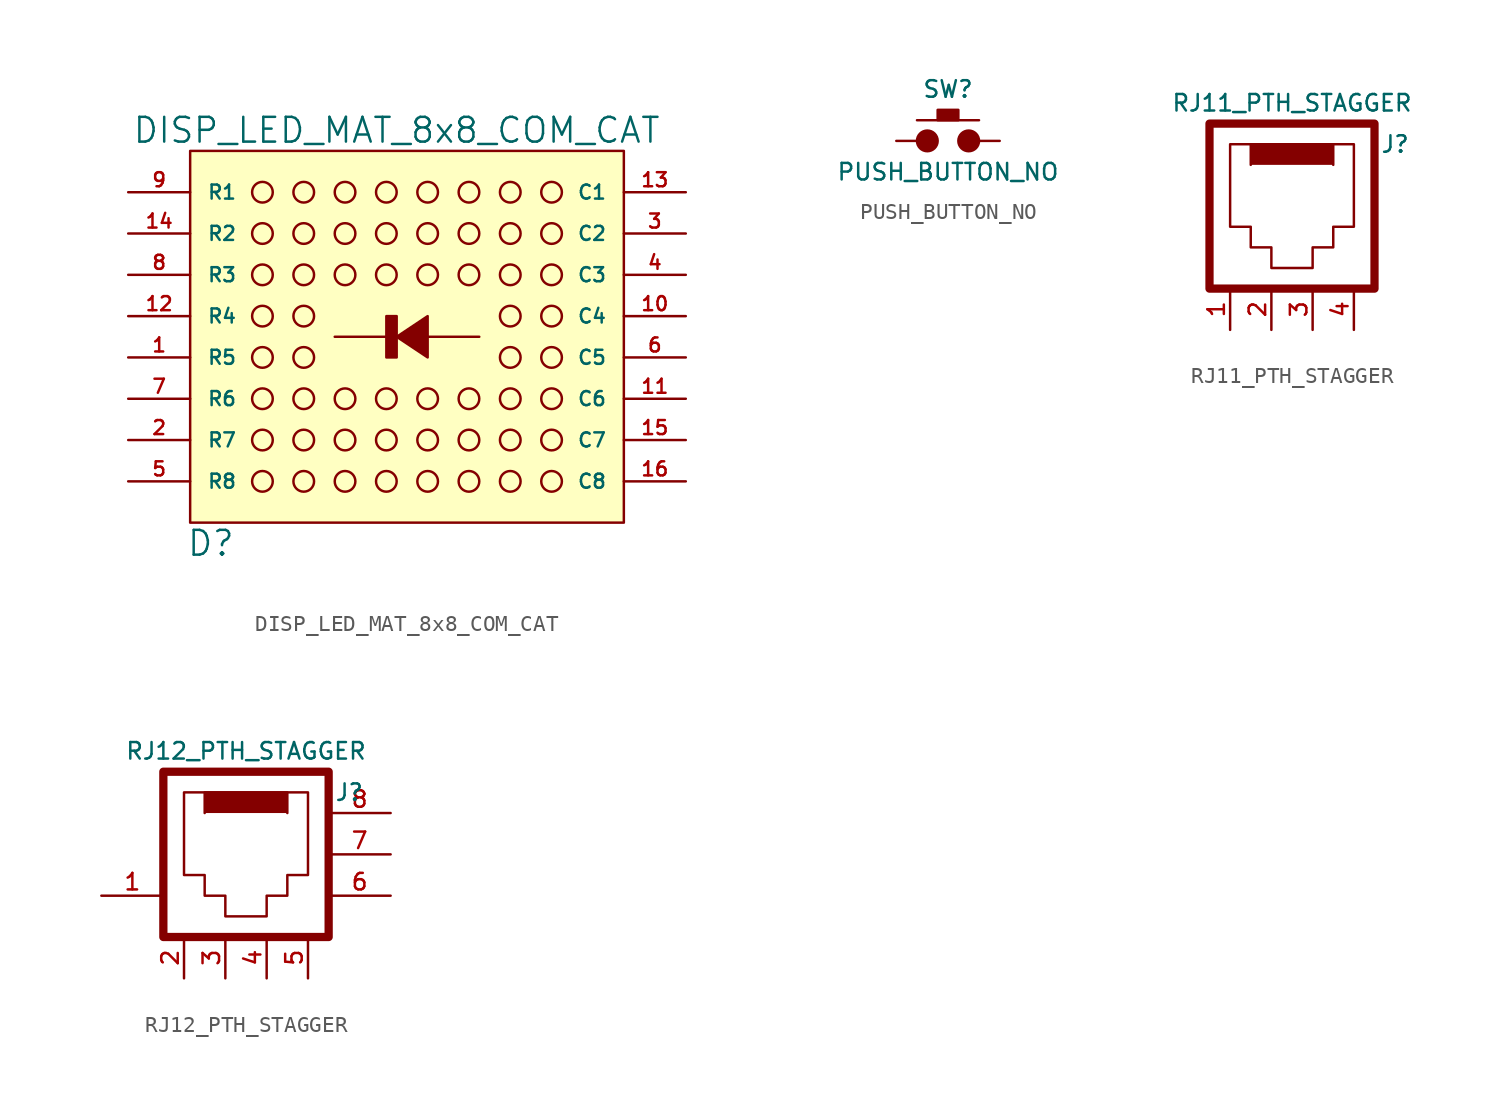
<source format=kicad_sym>
(kicad_symbol_lib
  (version 20231120)
  (generator "kicad_symbol_editor")
  (generator_version "8.0")
  (symbol "DISP_LED_MAT_8x8_COM_CAT"
    (pin_names
      (offset 1.016))
    (property "Reference" "D"
      (at 5.08 -1.27 0)
      (effects (font (size 1.524 1.524))))
    (property "Value" "DISP_LED_MAT_8x8_COM_CAT"
      (at 16.51 24.13 0)
      (effects (font (size 1.524 1.524))))
    (property "Footprint" ""
      (at 2.54 -1.27 0)
      (effects (font (size 1.524 1.524))))
    (property "Datasheet" ""
      (at 2.54 -1.27 0)
      (effects (font (size 1.524 1.524))))
    (symbol "DISP_LED_MAT_8x8_COM_CAT_0_1"
      (polyline (pts (xy 21.59 11.43) (xy 12.7 11.43)) (stroke (width 0) (type solid)) (fill (type none)))
      (polyline (pts (xy 16.51 11.43) (xy 18.415 12.7) (xy 18.415 10.16) (xy 16.51 11.43)) (stroke (width 0) (type solid)) (fill (type outline)))
      (polyline (pts (xy 15.875 12.7) (xy 15.875 10.16) (xy 16.51 10.16) (xy 16.51 12.7) (xy 15.875 12.7)) (stroke (width 0) (type solid)) (fill (type outline)))
      (rectangle (start 3.81 0) (end 30.48 22.86) (stroke (width 0) (type solid)) (fill (type background)))
      (circle (center 8.255 2.54) (radius 0.635) (stroke (width 0) (type solid)) (fill (type none)))
      (circle (center 8.255 5.08) (radius 0.635) (stroke (width 0) (type solid)) (fill (type none)))
      (circle (center 8.255 7.62) (radius 0.635) (stroke (width 0) (type solid)) (fill (type none)))
      (circle (center 8.255 10.16) (radius 0.635) (stroke (width 0) (type solid)) (fill (type none)))
      (circle (center 8.255 12.7) (radius 0.635) (stroke (width 0) (type solid)) (fill (type none)))
      (circle (center 8.255 15.24) (radius 0.635) (stroke (width 0) (type solid)) (fill (type none)))
      (circle (center 8.255 17.78) (radius 0.635) (stroke (width 0) (type solid)) (fill (type none)))
      (circle (center 8.255 20.32) (radius 0.635) (stroke (width 0) (type solid)) (fill (type none)))
      (circle (center 10.795 2.54) (radius 0.635) (stroke (width 0) (type solid)) (fill (type none)))
      (circle (center 10.795 5.08) (radius 0.635) (stroke (width 0) (type solid)) (fill (type none)))
      (circle (center 10.795 7.62) (radius 0.635) (stroke (width 0) (type solid)) (fill (type none)))
      (circle (center 10.795 10.16) (radius 0.635) (stroke (width 0) (type solid)) (fill (type none)))
      (circle (center 10.795 12.7) (radius 0.635) (stroke (width 0) (type solid)) (fill (type none)))
      (circle (center 10.795 15.24) (radius 0.635) (stroke (width 0) (type solid)) (fill (type none)))
      (circle (center 10.795 17.78) (radius 0.635) (stroke (width 0) (type solid)) (fill (type none)))
      (circle (center 10.795 20.32) (radius 0.635) (stroke (width 0) (type solid)) (fill (type none)))
      (circle (center 13.335 2.54) (radius 0.635) (stroke (width 0) (type solid)) (fill (type none)))
      (circle (center 13.335 5.08) (radius 0.635) (stroke (width 0) (type solid)) (fill (type none)))
      (circle (center 13.335 7.62) (radius 0.635) (stroke (width 0) (type solid)) (fill (type none)))
      (circle (center 13.335 15.24) (radius 0.635) (stroke (width 0) (type solid)) (fill (type none)))
      (circle (center 13.335 17.78) (radius 0.635) (stroke (width 0) (type solid)) (fill (type none)))
      (circle (center 13.335 20.32) (radius 0.635) (stroke (width 0) (type solid)) (fill (type none)))
      (circle (center 15.875 2.54) (radius 0.635) (stroke (width 0) (type solid)) (fill (type none)))
      (circle (center 15.875 5.08) (radius 0.635) (stroke (width 0) (type solid)) (fill (type none)))
      (circle (center 15.875 7.62) (radius 0.635) (stroke (width 0) (type solid)) (fill (type none)))
      (circle (center 15.875 15.24) (radius 0.635) (stroke (width 0) (type solid)) (fill (type none)))
      (circle (center 15.875 17.78) (radius 0.635) (stroke (width 0) (type solid)) (fill (type none)))
      (circle (center 15.875 20.32) (radius 0.635) (stroke (width 0) (type solid)) (fill (type none)))
      (circle (center 18.415 2.54) (radius 0.635) (stroke (width 0) (type solid)) (fill (type none)))
      (circle (center 18.415 5.08) (radius 0.635) (stroke (width 0) (type solid)) (fill (type none)))
      (circle (center 18.415 7.62) (radius 0.635) (stroke (width 0) (type solid)) (fill (type none)))
      (circle (center 18.415 15.24) (radius 0.635) (stroke (width 0) (type solid)) (fill (type none)))
      (circle (center 18.415 17.78) (radius 0.635) (stroke (width 0) (type solid)) (fill (type none)))
      (circle (center 18.415 20.32) (radius 0.635) (stroke (width 0) (type solid)) (fill (type none)))
      (circle (center 20.955 2.54) (radius 0.635) (stroke (width 0) (type solid)) (fill (type none)))
      (circle (center 20.955 5.08) (radius 0.635) (stroke (width 0) (type solid)) (fill (type none)))
      (circle (center 20.955 7.62) (radius 0.635) (stroke (width 0) (type solid)) (fill (type none)))
      (circle (center 20.955 15.24) (radius 0.635) (stroke (width 0) (type solid)) (fill (type none)))
      (circle (center 20.955 17.78) (radius 0.635) (stroke (width 0) (type solid)) (fill (type none)))
      (circle (center 20.955 20.32) (radius 0.635) (stroke (width 0) (type solid)) (fill (type none)))
      (circle (center 23.495 2.54) (radius 0.635) (stroke (width 0) (type solid)) (fill (type none)))
      (circle (center 23.495 5.08) (radius 0.635) (stroke (width 0) (type solid)) (fill (type none)))
      (circle (center 23.495 7.62) (radius 0.635) (stroke (width 0) (type solid)) (fill (type none)))
      (circle (center 23.495 10.16) (radius 0.635) (stroke (width 0) (type solid)) (fill (type none)))
      (circle (center 23.495 12.7) (radius 0.635) (stroke (width 0) (type solid)) (fill (type none)))
      (circle (center 23.495 15.24) (radius 0.635) (stroke (width 0) (type solid)) (fill (type none)))
      (circle (center 23.495 17.78) (radius 0.635) (stroke (width 0) (type solid)) (fill (type none)))
      (circle (center 23.495 20.32) (radius 0.635) (stroke (width 0) (type solid)) (fill (type none)))
      (circle (center 26.035 2.54) (radius 0.635) (stroke (width 0) (type solid)) (fill (type none)))
      (circle (center 26.035 5.08) (radius 0.635) (stroke (width 0) (type solid)) (fill (type none)))
      (circle (center 26.035 7.62) (radius 0.635) (stroke (width 0) (type solid)) (fill (type none)))
      (circle (center 26.035 10.16) (radius 0.635) (stroke (width 0) (type solid)) (fill (type none)))
      (circle (center 26.035 12.7) (radius 0.635) (stroke (width 0) (type solid)) (fill (type none)))
      (circle (center 26.035 15.24) (radius 0.635) (stroke (width 0) (type solid)) (fill (type none)))
      (circle (center 26.035 17.78) (radius 0.635) (stroke (width 0) (type solid)) (fill (type none)))
      (circle (center 26.035 20.32) (radius 0.635) (stroke (width 0) (type solid)) (fill (type none)))
      (pin output line (at 0 20.32 0) (length 3.81) (name "R1" (effects (font (size 0.864 0.864)))) (number "9" (effects (font (size 0.864 0.864))))))
    (symbol "DISP_LED_MAT_8x8_COM_CAT_1_1"
      (pin output line (at 0 10.16 0) (length 3.81) (name "R5" (effects (font (size 0.864 0.864)))) (number "1" (effects (font (size 0.864 0.864)))))
      (pin input line (at 34.29 12.7 180) (length 3.81) (name "C4" (effects (font (size 0.864 0.864)))) (number "10" (effects (font (size 0.864 0.864)))))
      (pin input line (at 34.29 7.62 180) (length 3.81) (name "C6" (effects (font (size 0.864 0.864)))) (number "11" (effects (font (size 0.864 0.864)))))
      (pin output line (at 0 12.7 0) (length 3.81) (name "R4" (effects (font (size 0.864 0.864)))) (number "12" (effects (font (size 0.864 0.864)))))
      (pin input line (at 34.29 20.32 180) (length 3.81) (name "C1" (effects (font (size 0.864 0.864)))) (number "13" (effects (font (size 0.864 0.864)))))
      (pin output line (at 0 17.78 0) (length 3.81) (name "R2" (effects (font (size 0.864 0.864)))) (number "14" (effects (font (size 0.864 0.864)))))
      (pin input line (at 34.29 5.08 180) (length 3.81) (name "C7" (effects (font (size 0.864 0.864)))) (number "15" (effects (font (size 0.864 0.864)))))
      (pin input line (at 34.29 2.54 180) (length 3.81) (name "C8" (effects (font (size 0.864 0.864)))) (number "16" (effects (font (size 0.864 0.864)))))
      (pin output line (at 0 5.08 0) (length 3.81) (name "R7" (effects (font (size 0.864 0.864)))) (number "2" (effects (font (size 0.864 0.864)))))
      (pin input line (at 34.29 17.78 180) (length 3.81) (name "C2" (effects (font (size 0.864 0.864)))) (number "3" (effects (font (size 0.864 0.864)))))
      (pin input line (at 34.29 15.24 180) (length 3.81) (name "C3" (effects (font (size 0.864 0.864)))) (number "4" (effects (font (size 0.864 0.864)))))
      (pin output line (at 0 2.54 0) (length 3.81) (name "R8" (effects (font (size 0.864 0.864)))) (number "5" (effects (font (size 0.864 0.864)))))
      (pin input line (at 34.29 10.16 180) (length 3.81) (name "C5" (effects (font (size 0.864 0.864)))) (number "6" (effects (font (size 0.864 0.864)))))
      (pin output line (at 0 7.62 0) (length 3.81) (name "R6" (effects (font (size 0.864 0.864)))) (number "7" (effects (font (size 0.864 0.864)))))
      (pin output line (at 0 15.24 0) (length 3.81) (name "R3" (effects (font (size 0.864 0.864)))) (number "8" (effects (font (size 0.864 0.864)))))))
  (symbol "PUSH_BUTTON_NO"
    (pin_numbers hide)
    (pin_names
      (offset 1.016) hide)
    (property "Reference" "SW"
      (at 3.175 3.175 0)
      (effects (font (size 1.016 1.016))))
    (property "Value" "PUSH_BUTTON_NO"
      (at 3.175 -1.905 0)
      (effects (font (size 1.016 1.016))))
    (property "Footprint" ""
      (at 3.175 0 0)
      (effects (font (size 1.524 1.524))))
    (property "Datasheet" ""
      (at 3.175 0 0)
      (effects (font (size 1.524 1.524))))
    (symbol "PUSH_BUTTON_NO_0_1"
      (polyline (pts (xy 1.27 1.27) (xy 5.08 1.27)) (stroke (width 0) (type solid)) (fill (type none)))
      (circle (center 1.905 0) (radius 0.635) (stroke (width 0) (type solid)) (fill (type outline)))
      (rectangle (start 2.54 1.27) (end 3.81 1.905) (stroke (width 0) (type solid)) (fill (type outline)))
      (circle (center 4.445 0) (radius 0.635) (stroke (width 0) (type solid)) (fill (type outline)))
      (pin passive line (at 0 0 0) (length 1.27) (name "1" (effects (font (size 1.27 1.27)))) (number "1" (effects (font (size 1.27 1.27))))))
    (symbol "PUSH_BUTTON_NO_1_1"
      (pin passive line (at 6.35 0 180) (length 1.27) (name "2" (effects (font (size 1.27 1.27)))) (number "2" (effects (font (size 1.27 1.27)))))))
  (symbol "RJ11_PTH_STAGGER"
    (pin_names
      (offset 0) hide)
    (property "Reference" "J"
      (at 11.43 8.89 0)
      (effects (font (size 1.016 1.016))))
    (property "Value" "RJ11_PTH_STAGGER"
      (at 5.08 11.43 0)
      (effects (font (size 1.016 1.016))))
    (property "Footprint" ""
      (at 0 0 0)
      (effects (font (size 1.524 1.524))))
    (property "Datasheet" ""
      (at 0 0 0)
      (effects (font (size 1.524 1.524))))
    (symbol "RJ11_PTH_STAGGER_0_1"
      (polyline (pts (xy 7.62 7.62) (xy 7.62 8.89) (xy 2.54 8.89) (xy 2.54 7.62)) (stroke (width 0) (type solid)) (fill (type outline)))
      (polyline (pts (xy 1.27 8.89) (xy 1.27 3.81) (xy 2.54 3.81) (xy 2.54 2.54) (xy 3.81 2.54) (xy 3.81 1.27) (xy 6.35 1.27) (xy 6.35 2.54) (xy 7.62 2.54) (xy 7.62 3.81) (xy 8.89 3.81) (xy 8.89 8.89) (xy 1.27 8.89)) (stroke (width 0) (type solid)) (fill (type none)))
      (rectangle (start 0 10.16) (end 10.16 0) (stroke (width 0.508) (type solid)) (fill (type none))))
    (symbol "RJ11_PTH_STAGGER_1_1"
      (pin bidirectional line (at 1.27 -2.54 90) (length 2.54) (name "1" (effects (font (size 1.016 1.016)))) (number "1" (effects (font (size 1.016 1.016)))))
      (pin bidirectional line (at 3.81 -2.54 90) (length 2.54) (name "2" (effects (font (size 1.016 1.016)))) (number "2" (effects (font (size 1.016 1.016)))))
      (pin bidirectional line (at 6.35 -2.54 90) (length 2.54) (name "3" (effects (font (size 1.016 1.016)))) (number "3" (effects (font (size 1.016 1.016)))))
      (pin bidirectional line (at 8.89 -2.54 90) (length 2.54) (name "4" (effects (font (size 1.016 1.016)))) (number "4" (effects (font (size 1.016 1.016)))))))
  (symbol "RJ12_PTH_STAGGER"
    (pin_names
      (offset 0) hide)
    (property "Reference" "J"
      (at 11.43 8.89 0)
      (effects (font (size 1.016 1.016))))
    (property "Value" "RJ12_PTH_STAGGER"
      (at 5.08 11.43 0)
      (effects (font (size 1.016 1.016))))
    (property "Footprint" ""
      (at 0 0 0)
      (effects (font (size 1.524 1.524))))
    (property "Datasheet" ""
      (at 0 0 0)
      (effects (font (size 1.524 1.524))))
    (symbol "RJ12_PTH_STAGGER_0_1"
      (polyline (pts (xy 7.62 7.62) (xy 7.62 8.89) (xy 2.54 8.89) (xy 2.54 7.62)) (stroke (width 0) (type solid)) (fill (type outline)))
      (polyline (pts (xy 1.27 8.89) (xy 1.27 3.81) (xy 2.54 3.81) (xy 2.54 2.54) (xy 3.81 2.54) (xy 3.81 1.27) (xy 6.35 1.27) (xy 6.35 2.54) (xy 7.62 2.54) (xy 7.62 3.81) (xy 8.89 3.81) (xy 8.89 8.89) (xy 1.27 8.89)) (stroke (width 0) (type solid)) (fill (type none)))
      (rectangle (start 0 10.16) (end 10.16 0) (stroke (width 0.508) (type solid)) (fill (type none))))
    (symbol "RJ12_PTH_STAGGER_1_1"
      (pin bidirectional line (at -3.81 2.54 0) (length 3.81) (name "1" (effects (font (size 1.016 1.016)))) (number "1" (effects (font (size 1.016 1.016)))))
      (pin bidirectional line (at 1.27 -2.54 90) (length 2.54) (name "2" (effects (font (size 1.016 1.016)))) (number "2" (effects (font (size 1.016 1.016)))))
      (pin bidirectional line (at 3.81 -2.54 90) (length 2.54) (name "3" (effects (font (size 1.016 1.016)))) (number "3" (effects (font (size 1.016 1.016)))))
      (pin bidirectional line (at 6.35 -2.54 90) (length 2.54) (name "4" (effects (font (size 1.016 1.016)))) (number "4" (effects (font (size 1.016 1.016)))))
      (pin bidirectional line (at 8.89 -2.54 90) (length 2.54) (name "5" (effects (font (size 1.016 1.016)))) (number "5" (effects (font (size 1.016 1.016)))))
      (pin bidirectional line (at 13.97 2.54 180) (length 3.81) (name "6" (effects (font (size 1.016 1.016)))) (number "6" (effects (font (size 1.016 1.016)))))
      (pin bidirectional line (at 13.97 5.08 180) (length 3.81) (name "SHLD_1" (effects (font (size 1.016 1.016)))) (number "7" (effects (font (size 1.016 1.016)))))
      (pin bidirectional line (at 13.97 7.62 180) (length 3.81) (name "SHLD_2" (effects (font (size 1.016 1.016)))) (number "8" (effects (font (size 1.016 1.016))))))))
</source>
